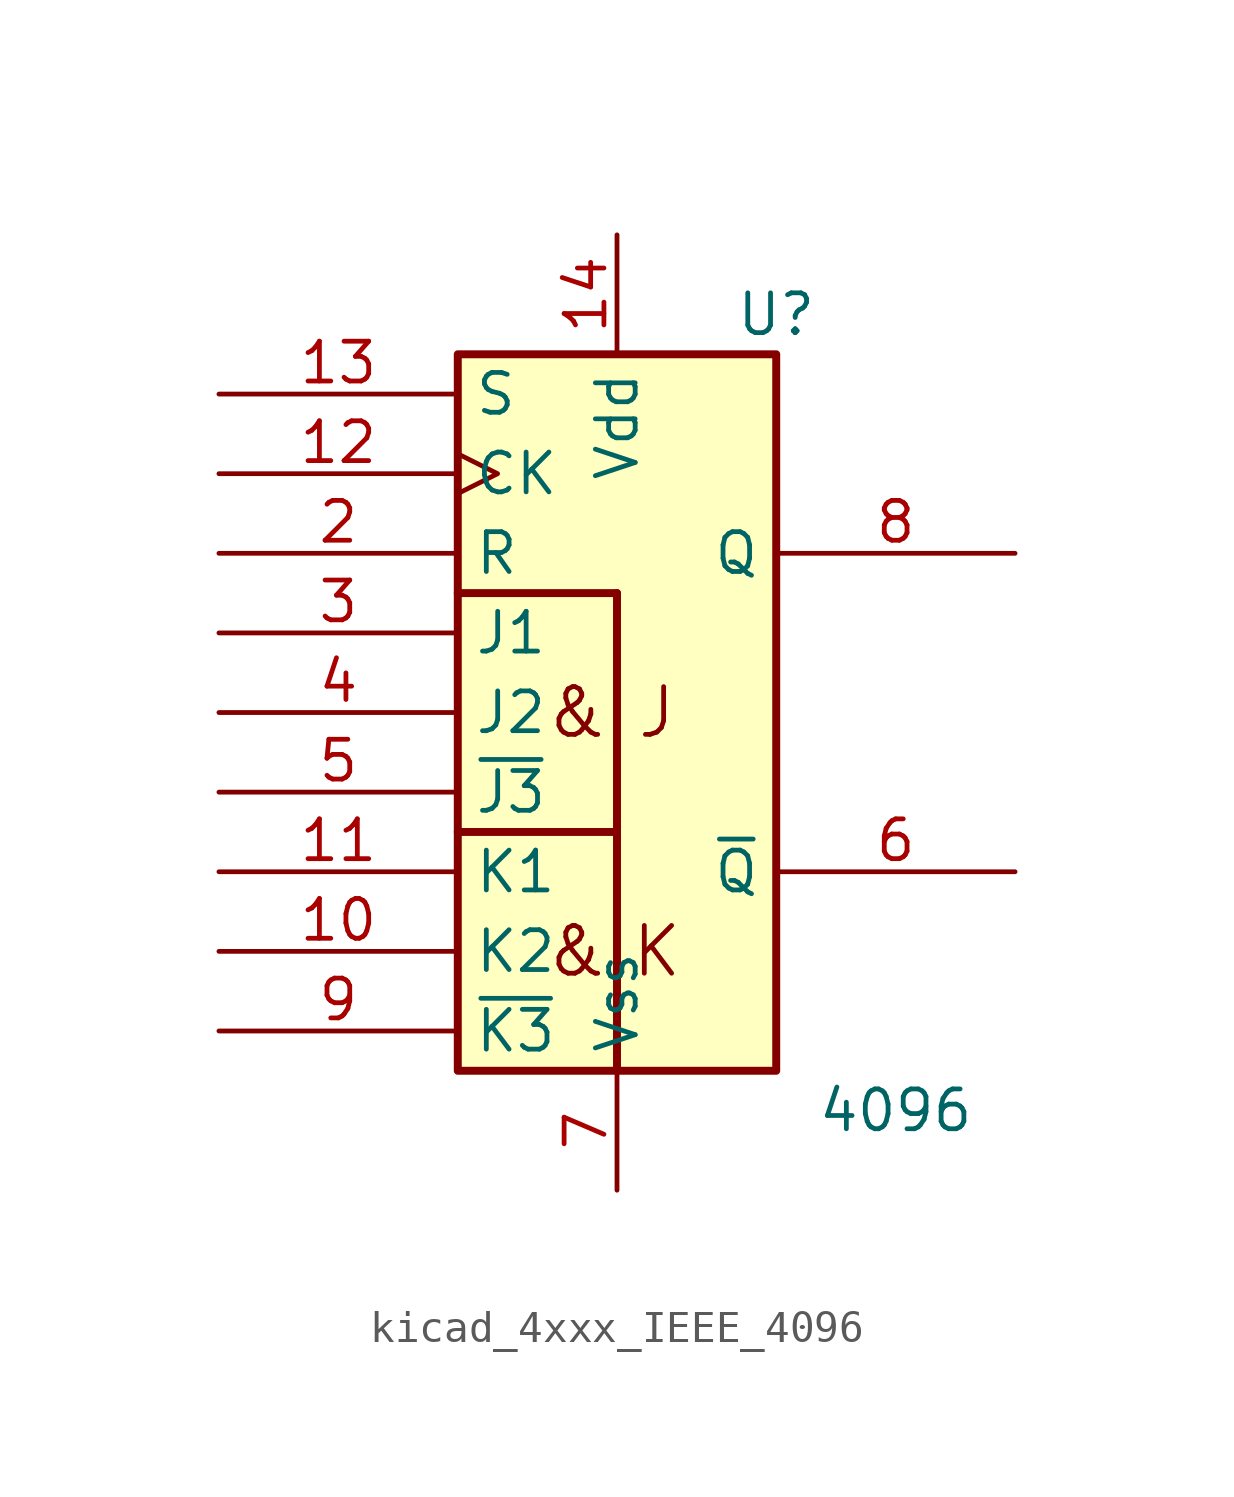
<source format=kicad_sym>
(kicad_symbol_lib
  (version 20220914)
  (generator kicad_symbol_editor)
  (symbol "kicad_4xxx_IEEE_4096"
    (property "Reference" "U"
      (at 5.08 12.7 0)
      (effects (font (size 1.27 1.27))))
    (property "Value" "4096"
      (at 8.89 -12.7 0)
      (effects (font (size 1.27 1.27))))
    (symbol "kicad_4xxx_IEEE_4096_0_0"
      (text "&" (at -1.27 -7.62 0) (effects (font (size 1.524 1.524))))
      (text "&" (at -1.27 0 0) (effects (font (size 1.524 1.524))))
      (text "J" (at 1.27 0 0) (effects (font (size 1.524 1.524))))
      (text "K" (at 1.27 -7.62 0) (effects (font (size 1.524 1.524)))))
    (symbol "kicad_4xxx_IEEE_4096_0_1"
      (rectangle (start -5.08 3.81) (end 0 3.81) (stroke (width 0.254) (type default)) (fill (type background)))
      (rectangle (start -5.08 11.43) (end 5.08 -11.43) (stroke (width 0.254) (type default)) (fill (type background)))
      (rectangle (start 0 -3.81) (end -5.08 -3.81) (stroke (width 0.254) (type default)) (fill (type background)))
      (rectangle (start 0 -3.81) (end 0 -11.43) (stroke (width 0.254) (type default)) (fill (type background)))
      (rectangle (start 0 3.81) (end 0 -3.81) (stroke (width 0.254) (type default)) (fill (type background))))
    (symbol "kicad_4xxx_IEEE_4096_1_1"
      (pin input line (at -12.7 -7.62 0) (length 7.62) (name "K2" (effects (font (size 1.27 1.27)))) (number "10" (effects (font (size 1.27 1.27)))))
      (pin input line (at -12.7 -5.08 0) (length 7.62) (name "K1" (effects (font (size 1.27 1.27)))) (number "11" (effects (font (size 1.27 1.27)))))
      (pin input clock (at -12.7 7.62 0) (length 7.62) (name "CK" (effects (font (size 1.27 1.27)))) (number "12" (effects (font (size 1.27 1.27)))))
      (pin input line (at -12.7 10.16 0) (length 7.62) (name "S" (effects (font (size 1.27 1.27)))) (number "13" (effects (font (size 1.27 1.27)))))
      (pin power_in line (at 0 15.24 270) (length 3.81) (name "Vdd" (effects (font (size 1.27 1.27)))) (number "14" (effects (font (size 1.27 1.27)))))
      (pin input line (at -12.7 5.08 0) (length 7.62) (name "R" (effects (font (size 1.27 1.27)))) (number "2" (effects (font (size 1.27 1.27)))))
      (pin input line (at -12.7 2.54 0) (length 7.62) (name "J1" (effects (font (size 1.27 1.27)))) (number "3" (effects (font (size 1.27 1.27)))))
      (pin input line (at -12.7 0 0) (length 7.62) (name "J2" (effects (font (size 1.27 1.27)))) (number "4" (effects (font (size 1.27 1.27)))))
      (pin input line (at -12.7 -2.54 0) (length 7.62) (name "~{J3}" (effects (font (size 1.27 1.27)))) (number "5" (effects (font (size 1.27 1.27)))))
      (pin output line (at 12.7 -5.08 180) (length 7.62) (name "~{Q}" (effects (font (size 1.27 1.27)))) (number "6" (effects (font (size 1.27 1.27)))))
      (pin power_in line (at 0 -15.24 90) (length 3.81) (name "Vss" (effects (font (size 1.27 1.27)))) (number "7" (effects (font (size 1.27 1.27)))))
      (pin output line (at 12.7 5.08 180) (length 7.62) (name "Q" (effects (font (size 1.27 1.27)))) (number "8" (effects (font (size 1.27 1.27)))))
      (pin input line (at -12.7 -10.16 0) (length 7.62) (name "~{K3}" (effects (font (size 1.27 1.27)))) (number "9" (effects (font (size 1.27 1.27))))))))
</source>
